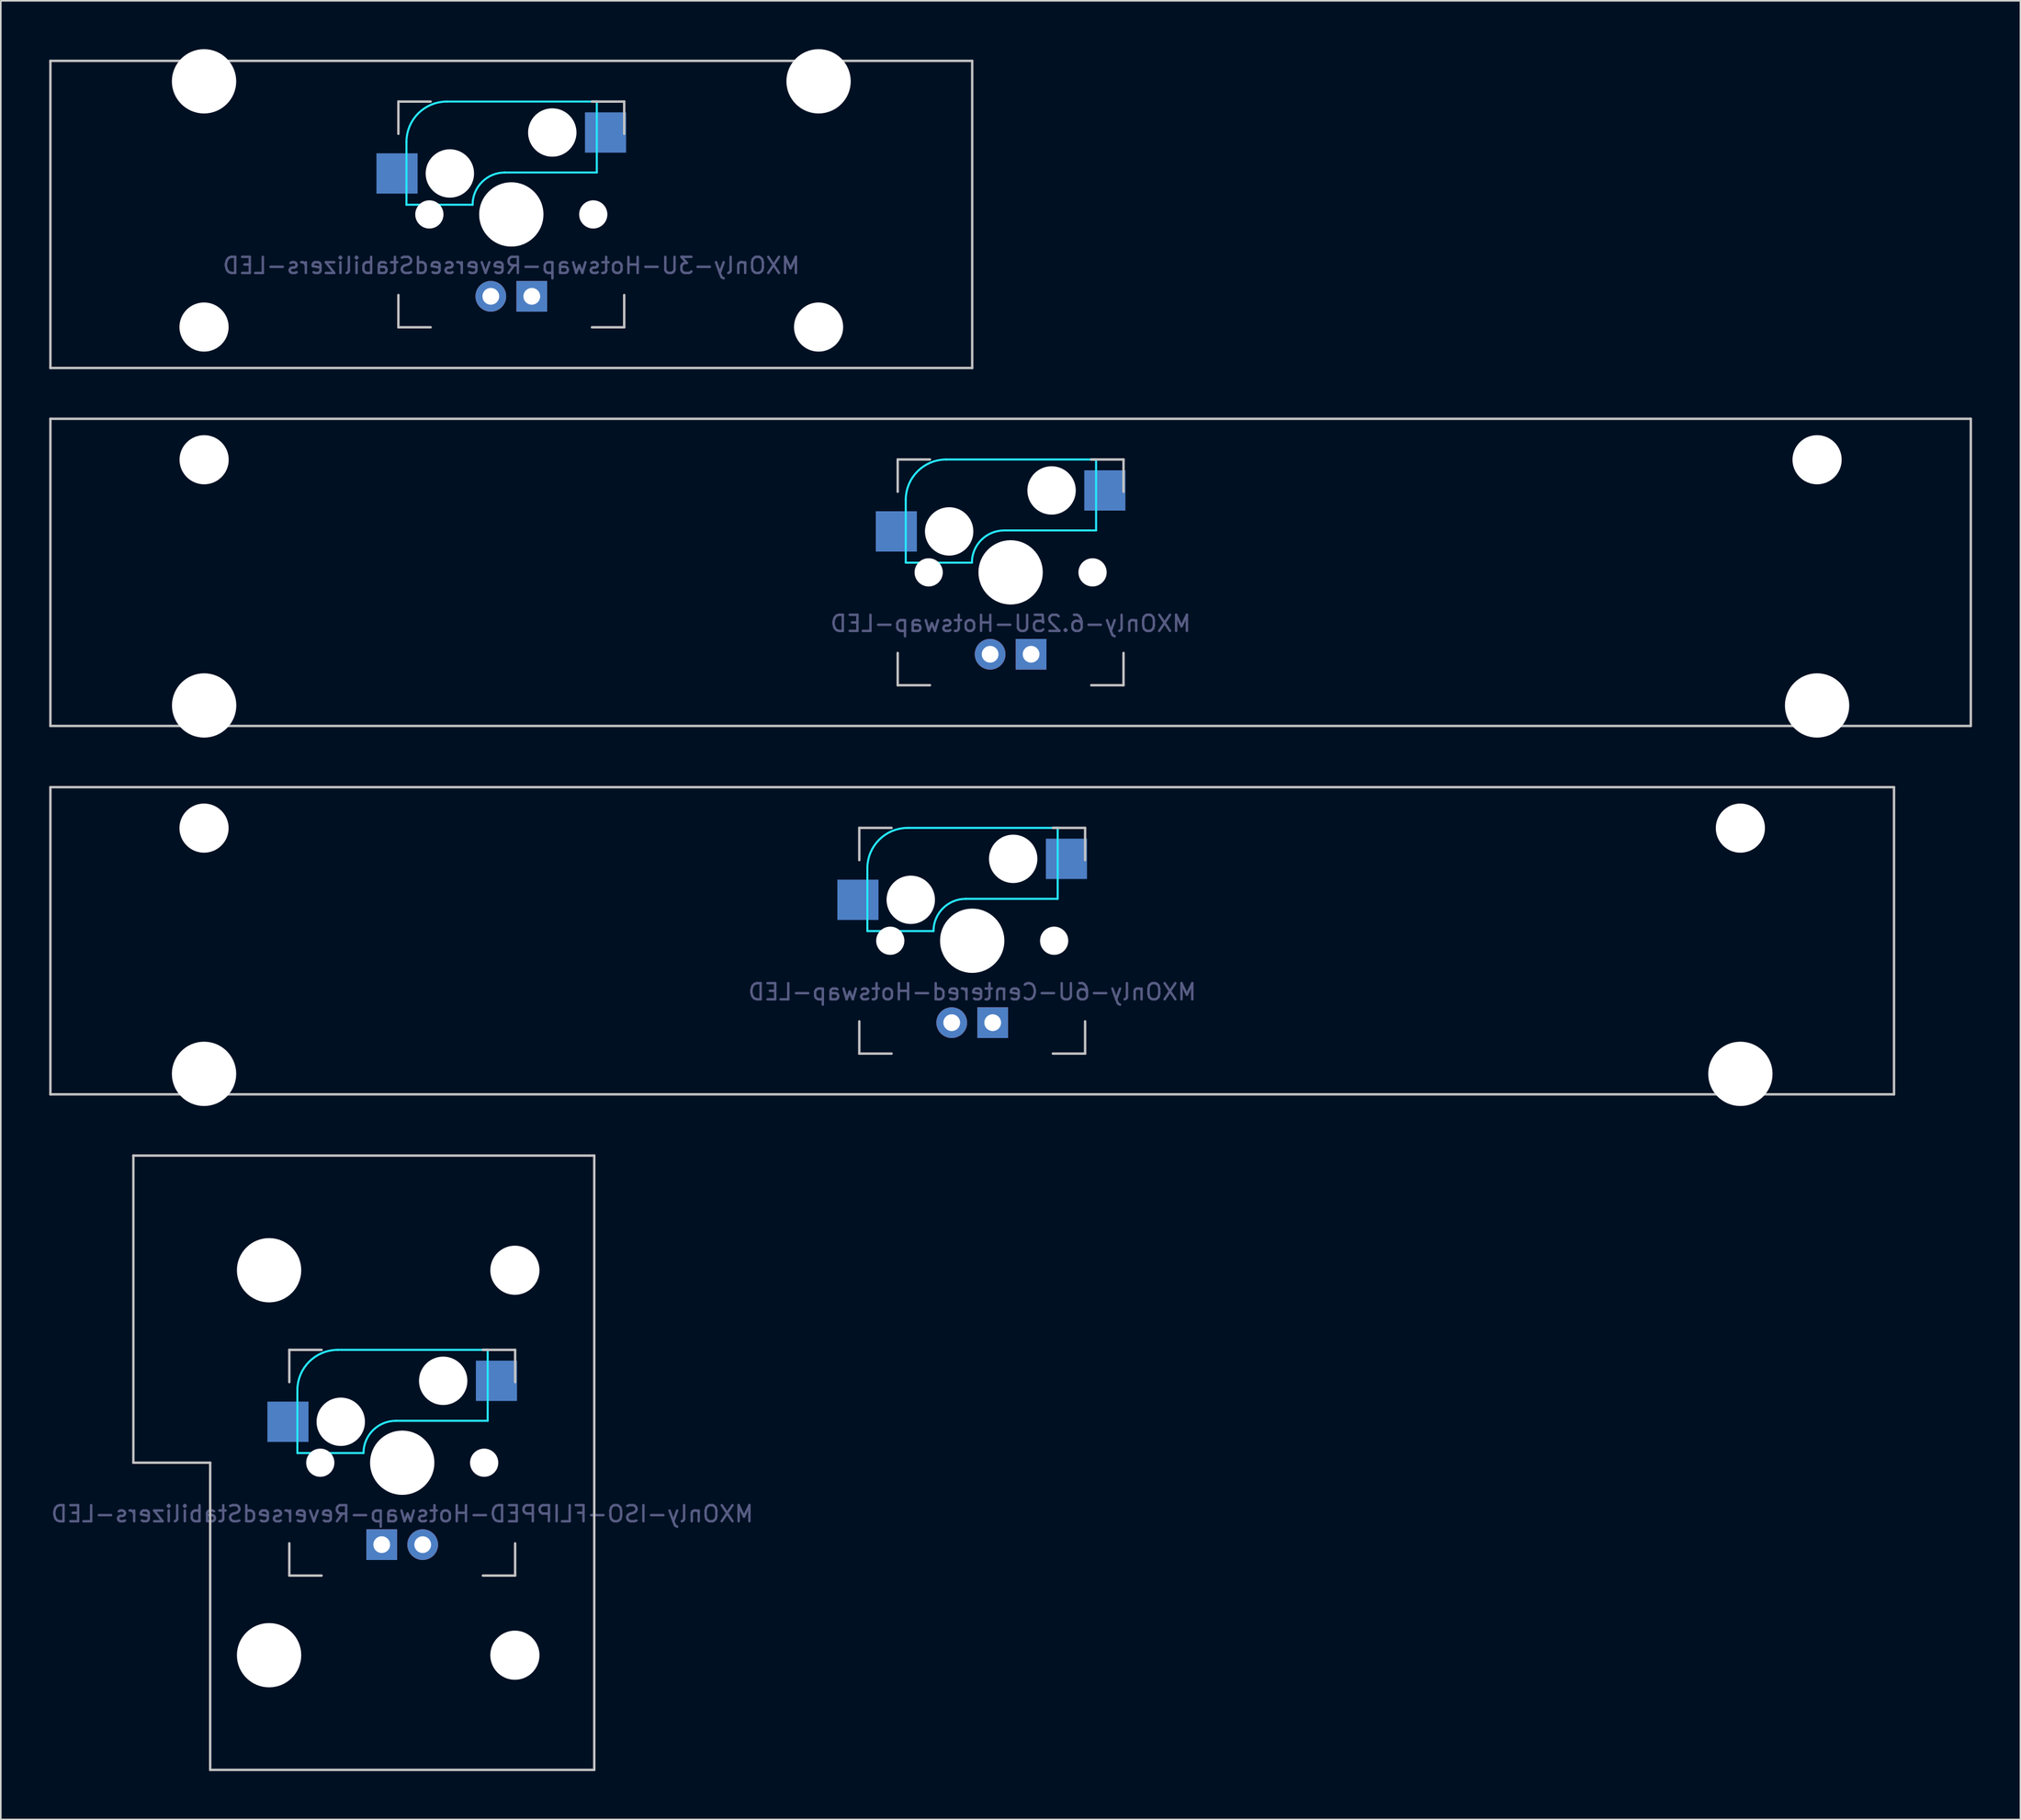
<source format=kicad_pcb>
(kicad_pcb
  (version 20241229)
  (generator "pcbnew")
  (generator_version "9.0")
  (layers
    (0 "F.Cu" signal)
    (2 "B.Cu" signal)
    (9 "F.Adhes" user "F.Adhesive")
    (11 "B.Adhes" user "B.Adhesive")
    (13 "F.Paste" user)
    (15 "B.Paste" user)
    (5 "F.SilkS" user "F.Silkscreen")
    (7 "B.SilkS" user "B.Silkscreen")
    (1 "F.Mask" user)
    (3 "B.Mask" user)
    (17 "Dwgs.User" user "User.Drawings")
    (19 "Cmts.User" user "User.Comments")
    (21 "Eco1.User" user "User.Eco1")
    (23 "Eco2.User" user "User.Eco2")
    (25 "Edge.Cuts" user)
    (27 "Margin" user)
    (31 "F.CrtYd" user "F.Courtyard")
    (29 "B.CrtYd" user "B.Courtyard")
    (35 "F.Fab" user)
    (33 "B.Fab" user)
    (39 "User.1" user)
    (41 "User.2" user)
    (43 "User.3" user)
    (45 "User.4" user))
  (footprint "MXOnly-3U-Hotswap-ReversedStabilizers-LED"
    (layer "F.Cu")
    (at 28.65 10.249)
    (property "Reference" "MXOnly-3U-Hotswap-ReversedStabilizers-LED" (at 0 3.175 0) (layer "B.Fab") (effects (font (size 1 1) (thickness 0.15)) (justify mirror)))
    (attr through_hole)
    (fp_line (start -28.575 -9.525) (end 28.575 -9.525) (stroke (width 0.15) (type solid)) (layer "Dwgs.User"))
    (fp_line (start -28.575 9.525) (end -28.575 -9.525) (stroke (width 0.15) (type solid)) (layer "Dwgs.User"))
    (fp_line (start -28.575 9.525) (end 28.575 9.525) (stroke (width 0.15) (type solid)) (layer "Dwgs.User"))
    (fp_line (start -7 -7) (end -7 -5) (stroke (width 0.15) (type solid)) (layer "Dwgs.User"))
    (fp_line (start -7 5) (end -7 7) (stroke (width 0.15) (type solid)) (layer "Dwgs.User"))
    (fp_line (start -7 7) (end -5 7) (stroke (width 0.15) (type solid)) (layer "Dwgs.User"))
    (fp_line (start -5 -7) (end -7 -7) (stroke (width 0.15) (type solid)) (layer "Dwgs.User"))
    (fp_line (start 5 -7) (end 7 -7) (stroke (width 0.15) (type solid)) (layer "Dwgs.User"))
    (fp_line (start 5 7) (end 7 7) (stroke (width 0.15) (type solid)) (layer "Dwgs.User"))
    (fp_line (start 7 -7) (end 7 -5) (stroke (width 0.15) (type solid)) (layer "Dwgs.User"))
    (fp_line (start 7 7) (end 7 5) (stroke (width 0.15) (type solid)) (layer "Dwgs.User"))
    (fp_line (start 28.575 -9.525) (end 28.575 9.525) (stroke (width 0.15) (type solid)) (layer "Dwgs.User"))
    (fp_line (start -6.5 -4.5) (end -6.5 -0.6) (stroke (width 0.127) (type solid)) (layer "B.CrtYd"))
    (fp_line (start -6.5 -0.6) (end -2.4 -0.6) (stroke (width 0.127) (type solid)) (layer "B.CrtYd"))
    (fp_line (start -0.4 -2.6) (end 5.3 -2.6) (stroke (width 0.127) (type solid)) (layer "B.CrtYd"))
    (fp_line (start 5.3 -7) (end -4 -7) (stroke (width 0.127) (type solid)) (layer "B.CrtYd"))
    (fp_line (start 5.3 -7) (end 5.3 -2.6) (stroke (width 0.127) (type solid)) (layer "B.CrtYd"))
    (fp_arc (start -6.5 -4.5) (mid -5.767767 -6.267767) (end -4 -7) (stroke (width 0.127) (type solid)) (layer "B.CrtYd"))
    (fp_arc (start -2.4 -0.6) (mid -1.814214 -2.014214) (end -0.4 -2.6) (stroke (width 0.127) (type solid)) (layer "B.CrtYd"))
    (pad "" np_thru_hole circle (at -19.05 -8.255) (size 3.988 3.988) (drill 3.988) (layers "*.Cu" "*.Mask"))
    (pad "" np_thru_hole circle (at -19.05 6.985) (size 3.048 3.048) (drill 3.048) (layers "*.Cu" "*.Mask"))
    (pad "" np_thru_hole circle (at -5.08 0 48.1) (size 1.75 1.75) (drill 1.75) (layers "*.Cu" "*.Mask"))
    (pad "" np_thru_hole circle (at -3.81 -2.54) (size 3 3) (drill 3) (layers "*.Cu" "*.Mask"))
    (pad "" np_thru_hole circle (at 0 0) (size 3.988 3.988) (drill 3.988) (layers "*.Cu" "*.Mask"))
    (pad "" np_thru_hole circle (at 2.54 -5.08) (size 3 3) (drill 3) (layers "*.Cu" "*.Mask"))
    (pad "" np_thru_hole circle (at 5.08 0 48.1) (size 1.75 1.75) (drill 1.75) (layers "*.Cu" "*.Mask"))
    (pad "" np_thru_hole circle (at 19.05 -8.255) (size 3.988 3.988) (drill 3.988) (layers "*.Cu" "*.Mask"))
    (pad "" np_thru_hole circle (at 19.05 6.985) (size 3.048 3.048) (drill 3.048) (layers "*.Cu" "*.Mask"))
    (pad "1" smd rect (at -7.085 -2.54) (size 2.55 2.5) (layers "B.Cu" "B.Mask" "B.Paste"))
    (pad "2" smd rect (at 5.842 -5.08) (size 2.55 2.5) (layers "B.Cu" "B.Mask" "B.Paste"))
    (pad "3" thru_hole circle (at -1.27 5.08 180) (size 1.905 1.905) (drill 1.04) (layers "*.Cu" "B.Mask"))
    (pad "4" thru_hole rect (at 1.27 5.08 180) (size 1.905 1.905) (drill 1.04) (layers "*.Cu" "B.Mask")))
  (footprint "MXOnly-6.25U-Hotswap-LED"
    (layer "F.Cu")
    (at 59.606 32.449)
    (property "Reference" "MXOnly-6.25U-Hotswap-LED" (at 0 3.175 0) (layer "B.Fab") (effects (font (size 1 1) (thickness 0.15)) (justify mirror)))
    (attr through_hole)
    (fp_line (start -59.531 -9.525) (end 59.531 -9.525) (stroke (width 0.15) (type solid)) (layer "Dwgs.User"))
    (fp_line (start -59.531 9.525) (end -59.531 -9.525) (stroke (width 0.15) (type solid)) (layer "Dwgs.User"))
    (fp_line (start -59.531 9.525) (end 59.531 9.525) (stroke (width 0.15) (type solid)) (layer "Dwgs.User"))
    (fp_line (start -7 -7) (end -7 -5) (stroke (width 0.15) (type solid)) (layer "Dwgs.User"))
    (fp_line (start -7 5) (end -7 7) (stroke (width 0.15) (type solid)) (layer "Dwgs.User"))
    (fp_line (start -7 7) (end -5 7) (stroke (width 0.15) (type solid)) (layer "Dwgs.User"))
    (fp_line (start -5 -7) (end -7 -7) (stroke (width 0.15) (type solid)) (layer "Dwgs.User"))
    (fp_line (start 5 -7) (end 7 -7) (stroke (width 0.15) (type solid)) (layer "Dwgs.User"))
    (fp_line (start 5 7) (end 7 7) (stroke (width 0.15) (type solid)) (layer "Dwgs.User"))
    (fp_line (start 7 -7) (end 7 -5) (stroke (width 0.15) (type solid)) (layer "Dwgs.User"))
    (fp_line (start 7 7) (end 7 5) (stroke (width 0.15) (type solid)) (layer "Dwgs.User"))
    (fp_line (start 59.531 -9.525) (end 59.531 9.525) (stroke (width 0.15) (type solid)) (layer "Dwgs.User"))
    (fp_line (start -6.5 -4.5) (end -6.5 -0.6) (stroke (width 0.127) (type solid)) (layer "B.CrtYd"))
    (fp_line (start -6.5 -0.6) (end -2.4 -0.6) (stroke (width 0.127) (type solid)) (layer "B.CrtYd"))
    (fp_line (start -0.4 -2.6) (end 5.3 -2.6) (stroke (width 0.127) (type solid)) (layer "B.CrtYd"))
    (fp_line (start 5.3 -7) (end -4 -7) (stroke (width 0.127) (type solid)) (layer "B.CrtYd"))
    (fp_line (start 5.3 -7) (end 5.3 -2.6) (stroke (width 0.127) (type solid)) (layer "B.CrtYd"))
    (fp_arc (start -6.5 -4.5) (mid -5.767767 -6.267767) (end -4 -7) (stroke (width 0.127) (type solid)) (layer "B.CrtYd"))
    (fp_arc (start -2.4 -0.6) (mid -1.814214 -2.014214) (end -0.4 -2.6) (stroke (width 0.127) (type solid)) (layer "B.CrtYd"))
    (pad "" np_thru_hole circle (at -50 -6.985) (size 3.048 3.048) (drill 3.048) (layers "*.Cu" "*.Mask"))
    (pad "" np_thru_hole circle (at -50 8.255) (size 3.988 3.988) (drill 3.988) (layers "*.Cu" "*.Mask"))
    (pad "" np_thru_hole circle (at -5.08 0 48.1) (size 1.75 1.75) (drill 1.75) (layers "*.Cu" "*.Mask"))
    (pad "" np_thru_hole circle (at -3.81 -2.54) (size 3 3) (drill 3) (layers "*.Cu" "*.Mask"))
    (pad "" np_thru_hole circle (at 0 0) (size 3.988 3.988) (drill 3.988) (layers "*.Cu" "*.Mask"))
    (pad "" np_thru_hole circle (at 2.54 -5.08) (size 3 3) (drill 3) (layers "*.Cu" "*.Mask"))
    (pad "" np_thru_hole circle (at 5.08 0 48.1) (size 1.75 1.75) (drill 1.75) (layers "*.Cu" "*.Mask"))
    (pad "" np_thru_hole circle (at 50 -6.985) (size 3.048 3.048) (drill 3.048) (layers "*.Cu" "*.Mask"))
    (pad "" np_thru_hole circle (at 50 8.255) (size 3.988 3.988) (drill 3.988) (layers "*.Cu" "*.Mask"))
    (pad "1" smd rect (at -7.085 -2.54) (size 2.55 2.5) (layers "B.Cu" "B.Mask" "B.Paste"))
    (pad "2" smd rect (at 5.842 -5.08) (size 2.55 2.5) (layers "B.Cu" "B.Mask" "B.Paste"))
    (pad "3" thru_hole circle (at -1.27 5.08) (size 1.905 1.905) (drill 1.04) (layers "*.Cu" "B.Mask"))
    (pad "4" thru_hole rect (at 1.27 5.08) (size 1.905 1.905) (drill 1.04) (layers "*.Cu" "B.Mask")))
  (footprint "MXOnly-ISO-FLIPPED-Hotswap-ReversedStabilizers-LED"
    (layer "F.Cu")
    (at 21.887 87.672)
    (property "Reference" "MXOnly-ISO-FLIPPED-Hotswap-ReversedStabilizers-LED" (at 0 3.175 0) (layer "B.Fab") (effects (font (size 1 1) (thickness 0.15)) (justify mirror)))
    (attr through_hole)
    (fp_line (start -16.669 -19.05) (end -16.669 0) (stroke (width 0.15) (type solid)) (layer "Dwgs.User"))
    (fp_line (start -16.669 -19.05) (end 11.906 -19.05) (stroke (width 0.15) (type solid)) (layer "Dwgs.User"))
    (fp_line (start -11.906 0) (end -16.669 0) (stroke (width 0.15) (type solid)) (layer "Dwgs.User"))
    (fp_line (start -11.906 19.05) (end -11.906 0) (stroke (width 0.15) (type solid)) (layer "Dwgs.User"))
    (fp_line (start -11.906 19.05) (end 11.906 19.05) (stroke (width 0.15) (type solid)) (layer "Dwgs.User"))
    (fp_line (start -7 -7) (end -7 -5) (stroke (width 0.15) (type solid)) (layer "Dwgs.User"))
    (fp_line (start -7 5) (end -7 7) (stroke (width 0.15) (type solid)) (layer "Dwgs.User"))
    (fp_line (start -7 7) (end -5 7) (stroke (width 0.15) (type solid)) (layer "Dwgs.User"))
    (fp_line (start -5 -7) (end -7 -7) (stroke (width 0.15) (type solid)) (layer "Dwgs.User"))
    (fp_line (start 5 -7) (end 7 -7) (stroke (width 0.15) (type solid)) (layer "Dwgs.User"))
    (fp_line (start 5 7) (end 7 7) (stroke (width 0.15) (type solid)) (layer "Dwgs.User"))
    (fp_line (start 7 -7) (end 7 -5) (stroke (width 0.15) (type solid)) (layer "Dwgs.User"))
    (fp_line (start 7 7) (end 7 5) (stroke (width 0.15) (type solid)) (layer "Dwgs.User"))
    (fp_line (start 11.906 -19.05) (end 11.906 19.05) (stroke (width 0.15) (type solid)) (layer "Dwgs.User"))
    (fp_line (start -6.5 -4.5) (end -6.5 -0.6) (stroke (width 0.127) (type solid)) (layer "B.CrtYd"))
    (fp_line (start -6.5 -0.6) (end -2.4 -0.6) (stroke (width 0.127) (type solid)) (layer "B.CrtYd"))
    (fp_line (start -0.4 -2.6) (end 5.3 -2.6) (stroke (width 0.127) (type solid)) (layer "B.CrtYd"))
    (fp_line (start 5.3 -7) (end -4 -7) (stroke (width 0.127) (type solid)) (layer "B.CrtYd"))
    (fp_line (start 5.3 -7) (end 5.3 -2.6) (stroke (width 0.127) (type solid)) (layer "B.CrtYd"))
    (fp_arc (start -6.5 -4.5) (mid -5.767767 -6.267767) (end -4 -7) (stroke (width 0.127) (type solid)) (layer "B.CrtYd"))
    (fp_arc (start -2.4 -0.6) (mid -1.814214 -2.014214) (end -0.4 -2.6) (stroke (width 0.127) (type solid)) (layer "B.CrtYd"))
    (pad "" np_thru_hole circle (at -8.255 -11.938) (size 3.988 3.988) (drill 3.988) (layers "*.Cu" "*.Mask"))
    (pad "" np_thru_hole circle (at -8.255 11.938) (size 3.988 3.988) (drill 3.988) (layers "*.Cu" "*.Mask"))
    (pad "" np_thru_hole circle (at -5.08 0 48.1) (size 1.75 1.75) (drill 1.75) (layers "*.Cu" "*.Mask"))
    (pad "" np_thru_hole circle (at -3.81 -2.54) (size 3 3) (drill 3) (layers "*.Cu" "*.Mask"))
    (pad "" np_thru_hole circle (at 0 0) (size 3.988 3.988) (drill 3.988) (layers "*.Cu" "*.Mask"))
    (pad "" np_thru_hole circle (at 2.54 -5.08) (size 3 3) (drill 3) (layers "*.Cu" "*.Mask"))
    (pad "" np_thru_hole circle (at 5.08 0 48.1) (size 1.75 1.75) (drill 1.75) (layers "*.Cu" "*.Mask"))
    (pad "" np_thru_hole circle (at 6.985 -11.938) (size 3.048 3.048) (drill 3.048) (layers "*.Cu" "*.Mask"))
    (pad "" np_thru_hole circle (at 6.985 11.938) (size 3.048 3.048) (drill 3.048) (layers "*.Cu" "*.Mask"))
    (pad "1" smd rect (at -7.085 -2.54) (size 2.55 2.5) (layers "B.Cu" "B.Mask" "B.Paste"))
    (pad "2" smd rect (at 5.842 -5.08) (size 2.55 2.5) (layers "B.Cu" "B.Mask" "B.Paste"))
    (pad "3" thru_hole circle (at 1.27 5.08 180) (size 1.905 1.905) (drill 1.04) (layers "*.Cu" "B.Mask"))
    (pad "4" thru_hole rect (at -1.27 5.08 180) (size 1.905 1.905) (drill 1.04) (layers "*.Cu" "B.Mask")))
  (footprint "MXOnly-6U-Centered-Hotswap-LED"
    (layer "F.Cu")
    (at 57.225 55.298)
    (property "Reference" "MXOnly-6U-Centered-Hotswap-LED" (at 0 3.175 0) (layer "B.Fab") (effects (font (size 1 1) (thickness 0.15)) (justify mirror)))
    (attr through_hole)
    (fp_line (start -57.15 -9.525) (end 57.15 -9.525) (stroke (width 0.15) (type solid)) (layer "Dwgs.User"))
    (fp_line (start -57.15 9.525) (end -57.15 -9.525) (stroke (width 0.15) (type solid)) (layer "Dwgs.User"))
    (fp_line (start -57.15 9.525) (end 57.15 9.525) (stroke (width 0.15) (type solid)) (layer "Dwgs.User"))
    (fp_line (start -7 -7) (end -7 -5) (stroke (width 0.15) (type solid)) (layer "Dwgs.User"))
    (fp_line (start -7 5) (end -7 7) (stroke (width 0.15) (type solid)) (layer "Dwgs.User"))
    (fp_line (start -7 7) (end -5 7) (stroke (width 0.15) (type solid)) (layer "Dwgs.User"))
    (fp_line (start -5 -7) (end -7 -7) (stroke (width 0.15) (type solid)) (layer "Dwgs.User"))
    (fp_line (start 5 -7) (end 7 -7) (stroke (width 0.15) (type solid)) (layer "Dwgs.User"))
    (fp_line (start 5 7) (end 7 7) (stroke (width 0.15) (type solid)) (layer "Dwgs.User"))
    (fp_line (start 7 -7) (end 7 -5) (stroke (width 0.15) (type solid)) (layer "Dwgs.User"))
    (fp_line (start 7 7) (end 7 5) (stroke (width 0.15) (type solid)) (layer "Dwgs.User"))
    (fp_line (start 57.15 -9.525) (end 57.15 9.525) (stroke (width 0.15) (type solid)) (layer "Dwgs.User"))
    (fp_line (start -6.5 -4.5) (end -6.5 -0.6) (stroke (width 0.127) (type solid)) (layer "B.CrtYd"))
    (fp_line (start -6.5 -0.6) (end -2.4 -0.6) (stroke (width 0.127) (type solid)) (layer "B.CrtYd"))
    (fp_line (start -0.4 -2.6) (end 5.3 -2.6) (stroke (width 0.127) (type solid)) (layer "B.CrtYd"))
    (fp_line (start 5.3 -7) (end -4 -7) (stroke (width 0.127) (type solid)) (layer "B.CrtYd"))
    (fp_line (start 5.3 -7) (end 5.3 -2.6) (stroke (width 0.127) (type solid)) (layer "B.CrtYd"))
    (fp_arc (start -6.5 -4.5) (mid -5.767767 -6.267767) (end -4 -7) (stroke (width 0.127) (type solid)) (layer "B.CrtYd"))
    (fp_arc (start -2.4 -0.6) (mid -1.814214 -2.014214) (end -0.4 -2.6) (stroke (width 0.127) (type solid)) (layer "B.CrtYd"))
    (pad "" np_thru_hole circle (at -47.625 -6.985) (size 3.048 3.048) (drill 3.048) (layers "*.Cu" "*.Mask"))
    (pad "" np_thru_hole circle (at -47.625 8.255) (size 3.988 3.988) (drill 3.988) (layers "*.Cu" "*.Mask"))
    (pad "" np_thru_hole circle (at -5.08 0 48.1) (size 1.75 1.75) (drill 1.75) (layers "*.Cu" "*.Mask"))
    (pad "" np_thru_hole circle (at -3.81 -2.54) (size 3 3) (drill 3) (layers "*.Cu" "*.Mask"))
    (pad "" np_thru_hole circle (at 0 0) (size 3.988 3.988) (drill 3.988) (layers "*.Cu" "*.Mask"))
    (pad "" np_thru_hole circle (at 2.54 -5.08) (size 3 3) (drill 3) (layers "*.Cu" "*.Mask"))
    (pad "" np_thru_hole circle (at 5.08 0 48.1) (size 1.75 1.75) (drill 1.75) (layers "*.Cu" "*.Mask"))
    (pad "" np_thru_hole circle (at 47.625 -6.985) (size 3.048 3.048) (drill 3.048) (layers "*.Cu" "*.Mask"))
    (pad "" np_thru_hole circle (at 47.625 8.255) (size 3.988 3.988) (drill 3.988) (layers "*.Cu" "*.Mask"))
    (pad "1" smd rect (at -7.085 -2.54) (size 2.55 2.5) (layers "B.Cu" "B.Mask" "B.Paste"))
    (pad "2" smd rect (at 5.842 -5.08) (size 2.55 2.5) (layers "B.Cu" "B.Mask" "B.Paste"))
    (pad "3" thru_hole circle (at -1.27 5.08) (size 1.905 1.905) (drill 1.04) (layers "*.Cu" "B.Mask"))
    (pad "4" thru_hole rect (at 1.27 5.08) (size 1.905 1.905) (drill 1.04) (layers "*.Cu" "B.Mask")))
  (gr_rect
    (start -3 -3)
    (end 122.213 109.797)
    (stroke (width 0.1) (type default))
    (fill no)
    (layer "Edge.Cuts")))
</source>
